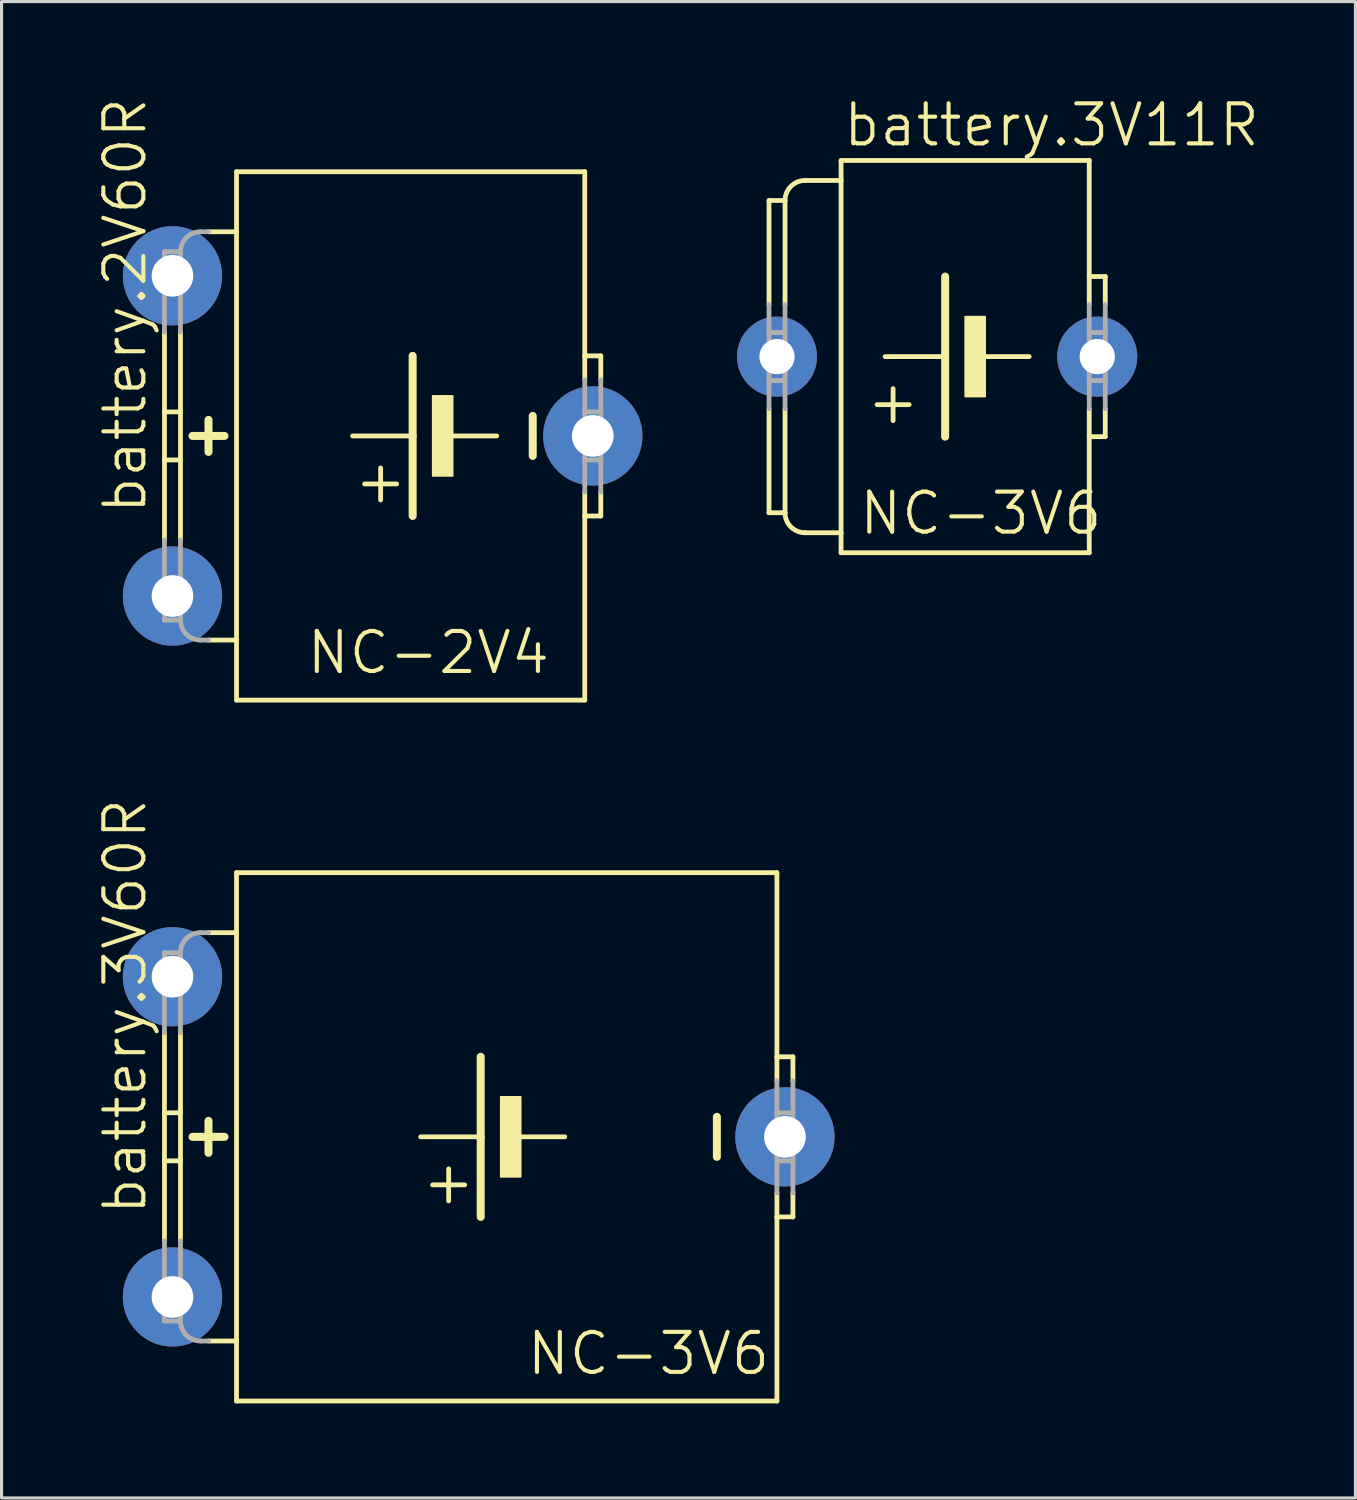
<source format=kicad_pcb>
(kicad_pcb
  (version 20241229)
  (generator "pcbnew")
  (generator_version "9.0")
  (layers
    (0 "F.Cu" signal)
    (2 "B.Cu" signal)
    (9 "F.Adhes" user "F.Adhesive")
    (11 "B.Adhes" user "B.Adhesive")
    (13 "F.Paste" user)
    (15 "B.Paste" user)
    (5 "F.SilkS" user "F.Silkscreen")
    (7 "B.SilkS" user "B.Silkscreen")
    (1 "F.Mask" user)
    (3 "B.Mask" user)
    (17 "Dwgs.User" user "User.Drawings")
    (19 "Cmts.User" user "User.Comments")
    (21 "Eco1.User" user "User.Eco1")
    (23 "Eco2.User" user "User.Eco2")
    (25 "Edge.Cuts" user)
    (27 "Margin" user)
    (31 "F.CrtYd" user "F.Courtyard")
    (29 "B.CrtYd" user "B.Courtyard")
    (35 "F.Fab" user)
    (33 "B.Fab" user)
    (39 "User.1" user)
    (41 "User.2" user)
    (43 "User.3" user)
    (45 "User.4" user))
  (footprint "battery.3V11R"
    (layer "F.Cu")
    (at 26.682 8.264)
    (property "Reference" "battery.3V11R" (at -3.048 -6.604 0) (layer "F.SilkS") (effects (font (size 1.27 1.27) (thickness 0.13)) (justify left bottom)))
    (attr through_hole)
    (fp_line (start -5.334 -1.651) (end -5.334 -4.953) (stroke (width 0.152) (type default)) (layer "F.SilkS"))
    (fp_line (start -5.334 4.953) (end -5.334 1.651) (stroke (width 0.152) (type default)) (layer "F.SilkS"))
    (fp_line (start -4.826 -4.953) (end -5.334 -4.953) (stroke (width 0.152) (type default)) (layer "F.SilkS"))
    (fp_line (start -4.826 -1.651) (end -4.826 -4.953) (stroke (width 0.152) (type default)) (layer "F.SilkS"))
    (fp_line (start -4.826 4.953) (end -5.334 4.953) (stroke (width 0.152) (type default)) (layer "F.SilkS"))
    (fp_line (start -4.826 4.953) (end -4.826 1.651) (stroke (width 0.152) (type default)) (layer "F.SilkS"))
    (fp_line (start -4.191 5.588) (end -3.048 5.588) (stroke (width 0.152) (type default)) (layer "F.SilkS"))
    (fp_line (start -3.048 -6.223) (end -3.048 -5.588) (stroke (width 0.152) (type default)) (layer "F.SilkS"))
    (fp_line (start -3.048 -6.223) (end 4.826 -6.223) (stroke (width 0.152) (type default)) (layer "F.SilkS"))
    (fp_line (start -3.048 -5.588) (end -4.191 -5.588) (stroke (width 0.152) (type default)) (layer "F.SilkS"))
    (fp_line (start -3.048 -5.588) (end -3.048 5.588) (stroke (width 0.152) (type default)) (layer "F.SilkS"))
    (fp_line (start -3.048 5.588) (end -3.048 6.223) (stroke (width 0.152) (type default)) (layer "F.SilkS"))
    (fp_line (start -3.048 6.223) (end 4.826 6.223) (stroke (width 0.152) (type default)) (layer "F.SilkS"))
    (fp_line (start -1.397 2.032) (end -1.397 1.016) (stroke (width 0.152) (type default)) (layer "F.SilkS"))
    (fp_line (start -0.889 1.524) (end -1.905 1.524) (stroke (width 0.152) (type default)) (layer "F.SilkS"))
    (fp_line (start 0.254 0) (end -1.651 0) (stroke (width 0.152) (type default)) (layer "F.SilkS"))
    (fp_line (start 0.254 0) (end 0.254 -2.54) (stroke (width 0.254) (type default)) (layer "F.SilkS"))
    (fp_line (start 0.254 2.54) (end 0.254 0) (stroke (width 0.254) (type default)) (layer "F.SilkS"))
    (fp_line (start 2.921 0) (end 1.524 0) (stroke (width 0.152) (type default)) (layer "F.SilkS"))
    (fp_line (start 4.826 -2.54) (end 4.826 -6.223) (stroke (width 0.152) (type default)) (layer "F.SilkS"))
    (fp_line (start 4.826 -1.651) (end 4.826 -2.54) (stroke (width 0.152) (type default)) (layer "F.SilkS"))
    (fp_line (start 4.826 2.54) (end 4.826 1.651) (stroke (width 0.152) (type default)) (layer "F.SilkS"))
    (fp_line (start 4.826 6.223) (end 4.826 2.54) (stroke (width 0.152) (type default)) (layer "F.SilkS"))
    (fp_line (start 5.334 -2.54) (end 4.826 -2.54) (stroke (width 0.152) (type default)) (layer "F.SilkS"))
    (fp_line (start 5.334 -1.651) (end 5.334 -2.54) (stroke (width 0.152) (type default)) (layer "F.SilkS"))
    (fp_line (start 5.334 1.651) (end 5.334 2.54) (stroke (width 0.152) (type default)) (layer "F.SilkS"))
    (fp_line (start 5.334 2.54) (end 4.826 2.54) (stroke (width 0.152) (type default)) (layer "F.SilkS"))
    (fp_rect (start 0.889 1.27) (end 1.524 -1.27) (stroke (width 0.05) (type default)) (fill yes) (layer "F.SilkS"))
    (fp_arc (start -4.826 -4.953) (mid -4.640013 -5.402013) (end -4.191 -5.588) (stroke (width 0.1524) (type default)) (layer "F.SilkS"))
    (fp_arc (start -4.191 5.588) (mid -4.640013 5.402013) (end -4.826 4.953) (stroke (width 0.1524) (type default)) (layer "F.SilkS"))
    (fp_line (start -5.334 -0.762) (end -5.334 -1.651) (stroke (width 0.152) (type default)) (layer "F.Fab"))
    (fp_line (start -5.334 0.762) (end -5.334 -0.762) (stroke (width 0.152) (type default)) (layer "F.Fab"))
    (fp_line (start -5.334 1.651) (end -5.334 0.762) (stroke (width 0.152) (type default)) (layer "F.Fab"))
    (fp_line (start -4.826 -0.762) (end -5.334 -0.762) (stroke (width 0.152) (type default)) (layer "F.Fab"))
    (fp_line (start -4.826 -0.762) (end -4.826 -1.651) (stroke (width 0.152) (type default)) (layer "F.Fab"))
    (fp_line (start -4.826 0.762) (end -5.334 0.762) (stroke (width 0.152) (type default)) (layer "F.Fab"))
    (fp_line (start -4.826 0.762) (end -4.826 -0.762) (stroke (width 0.152) (type default)) (layer "F.Fab"))
    (fp_line (start -4.826 1.651) (end -4.826 0.762) (stroke (width 0.152) (type default)) (layer "F.Fab"))
    (fp_line (start 4.826 -0.762) (end 4.826 -1.651) (stroke (width 0.152) (type default)) (layer "F.Fab"))
    (fp_line (start 4.826 0.762) (end 4.826 -0.762) (stroke (width 0.152) (type default)) (layer "F.Fab"))
    (fp_line (start 4.826 1.651) (end 4.826 0.762) (stroke (width 0.152) (type default)) (layer "F.Fab"))
    (fp_line (start 5.334 -0.762) (end 4.826 -0.762) (stroke (width 0.152) (type default)) (layer "F.Fab"))
    (fp_line (start 5.334 -0.762) (end 5.334 -1.651) (stroke (width 0.152) (type default)) (layer "F.Fab"))
    (fp_line (start 5.334 0.762) (end 4.826 0.762) (stroke (width 0.152) (type default)) (layer "F.Fab"))
    (fp_line (start 5.334 0.762) (end 5.334 -0.762) (stroke (width 0.152) (type default)) (layer "F.Fab"))
    (fp_line (start 5.334 1.651) (end 5.334 0.762) (stroke (width 0.152) (type default)) (layer "F.Fab"))
    (fp_text user "NC-3V6" (at -2.54 5.715 0) (layer "F.SilkS") (effects (font (size 1.27 1.27) (thickness 0.13)) (justify left bottom)))
    (pad "+" thru_hole circle (at -5.08 0) (size 2.54 2.54) (drill 1.118) (layers "*.Cu" "*.Mask"))
    (pad "-" thru_hole circle (at 5.08 0) (size 2.54 2.54) (drill 1.118) (layers "*.Cu" "*.Mask")))
  (footprint "battery.2V60R"
    (layer "F.Cu")
    (at 10.042 10.78)
    (property "Reference" "battery.2V60R" (at -8.382 2.54 90) (layer "F.SilkS") (effects (font (size 1.27 1.27) (thickness 0.13)) (justify left bottom)))
    (attr through_hole)
    (fp_line (start -7.874 -0.762) (end -7.874 -3.302) (stroke (width 0.152) (type default)) (layer "F.SilkS"))
    (fp_line (start -7.874 0.762) (end -7.874 -0.762) (stroke (width 0.152) (type default)) (layer "F.SilkS"))
    (fp_line (start -7.874 3.302) (end -7.874 0.762) (stroke (width 0.152) (type default)) (layer "F.SilkS"))
    (fp_line (start -7.366 -0.762) (end -7.874 -0.762) (stroke (width 0.152) (type default)) (layer "F.SilkS"))
    (fp_line (start -7.366 -0.762) (end -7.366 -3.302) (stroke (width 0.152) (type default)) (layer "F.SilkS"))
    (fp_line (start -7.366 0.762) (end -7.874 0.762) (stroke (width 0.152) (type default)) (layer "F.SilkS"))
    (fp_line (start -7.366 0.762) (end -7.366 -0.762) (stroke (width 0.152) (type default)) (layer "F.SilkS"))
    (fp_line (start -7.366 3.302) (end -7.366 0.762) (stroke (width 0.152) (type default)) (layer "F.SilkS"))
    (fp_line (start -6.985 0) (end -5.969 0) (stroke (width 0.254) (type default)) (layer "F.SilkS"))
    (fp_line (start -6.477 -0.508) (end -6.477 0.508) (stroke (width 0.254) (type default)) (layer "F.SilkS"))
    (fp_line (start -6.477 6.477) (end -5.588 6.477) (stroke (width 0.152) (type default)) (layer "F.SilkS"))
    (fp_line (start -5.588 -8.382) (end 5.461 -8.382) (stroke (width 0.152) (type default)) (layer "F.SilkS"))
    (fp_line (start -5.588 -6.477) (end -6.477 -6.477) (stroke (width 0.152) (type default)) (layer "F.SilkS"))
    (fp_line (start -5.588 -6.477) (end -5.588 -8.382) (stroke (width 0.152) (type default)) (layer "F.SilkS"))
    (fp_line (start -5.588 -6.477) (end -5.588 6.477) (stroke (width 0.152) (type default)) (layer "F.SilkS"))
    (fp_line (start -5.588 6.477) (end -5.588 8.382) (stroke (width 0.152) (type default)) (layer "F.SilkS"))
    (fp_line (start -5.588 8.382) (end 5.461 8.382) (stroke (width 0.152) (type default)) (layer "F.SilkS"))
    (fp_line (start -1.016 2.032) (end -1.016 1.016) (stroke (width 0.152) (type default)) (layer "F.SilkS"))
    (fp_line (start -0.508 1.524) (end -1.524 1.524) (stroke (width 0.152) (type default)) (layer "F.SilkS"))
    (fp_line (start 0 0) (end -1.905 0) (stroke (width 0.152) (type default)) (layer "F.SilkS"))
    (fp_line (start 0 0) (end 0 -2.54) (stroke (width 0.254) (type default)) (layer "F.SilkS"))
    (fp_line (start 0 2.54) (end 0 0) (stroke (width 0.254) (type default)) (layer "F.SilkS"))
    (fp_line (start 2.667 0) (end 1.27 0) (stroke (width 0.152) (type default)) (layer "F.SilkS"))
    (fp_line (start 3.81 -0.635) (end 3.81 0.635) (stroke (width 0.254) (type default)) (layer "F.SilkS"))
    (fp_line (start 5.461 -2.54) (end 5.461 -8.382) (stroke (width 0.152) (type default)) (layer "F.SilkS"))
    (fp_line (start 5.461 -1.778) (end 5.461 -2.54) (stroke (width 0.152) (type default)) (layer "F.SilkS"))
    (fp_line (start 5.461 2.54) (end 5.461 1.778) (stroke (width 0.152) (type default)) (layer "F.SilkS"))
    (fp_line (start 5.461 8.382) (end 5.461 2.54) (stroke (width 0.152) (type default)) (layer "F.SilkS"))
    (fp_line (start 5.969 -2.54) (end 5.461 -2.54) (stroke (width 0.152) (type default)) (layer "F.SilkS"))
    (fp_line (start 5.969 -1.778) (end 5.969 -2.54) (stroke (width 0.152) (type default)) (layer "F.SilkS"))
    (fp_line (start 5.969 1.778) (end 5.969 2.54) (stroke (width 0.152) (type default)) (layer "F.SilkS"))
    (fp_line (start 5.969 2.54) (end 5.461 2.54) (stroke (width 0.152) (type default)) (layer "F.SilkS"))
    (fp_rect (start 0.635 1.27) (end 1.27 -1.27) (stroke (width 0.05) (type default)) (fill yes) (layer "F.SilkS"))
    (fp_line (start -7.874 -3.302) (end -7.874 -5.842) (stroke (width 0.152) (type default)) (layer "F.Fab"))
    (fp_line (start -7.874 5.842) (end -7.874 3.302) (stroke (width 0.152) (type default)) (layer "F.Fab"))
    (fp_line (start -7.366 -5.842) (end -7.874 -5.842) (stroke (width 0.152) (type default)) (layer "F.Fab"))
    (fp_line (start -7.366 -3.302) (end -7.366 -5.842) (stroke (width 0.152) (type default)) (layer "F.Fab"))
    (fp_line (start -7.366 5.842) (end -7.874 5.842) (stroke (width 0.152) (type default)) (layer "F.Fab"))
    (fp_line (start -7.366 5.842) (end -7.366 3.302) (stroke (width 0.152) (type default)) (layer "F.Fab"))
    (fp_line (start -6.731 -6.477) (end -6.477 -6.477) (stroke (width 0.152) (type default)) (layer "F.Fab"))
    (fp_line (start -6.731 6.477) (end -6.477 6.477) (stroke (width 0.152) (type default)) (layer "F.Fab"))
    (fp_line (start 5.461 -0.762) (end 5.461 -1.778) (stroke (width 0.152) (type default)) (layer "F.Fab"))
    (fp_line (start 5.461 0.762) (end 5.461 -0.762) (stroke (width 0.152) (type default)) (layer "F.Fab"))
    (fp_line (start 5.461 1.778) (end 5.461 0.762) (stroke (width 0.152) (type default)) (layer "F.Fab"))
    (fp_line (start 5.969 -0.762) (end 5.461 -0.762) (stroke (width 0.152) (type default)) (layer "F.Fab"))
    (fp_line (start 5.969 -0.762) (end 5.969 -1.778) (stroke (width 0.152) (type default)) (layer "F.Fab"))
    (fp_line (start 5.969 0.762) (end 5.461 0.762) (stroke (width 0.152) (type default)) (layer "F.Fab"))
    (fp_line (start 5.969 0.762) (end 5.969 -0.762) (stroke (width 0.152) (type default)) (layer "F.Fab"))
    (fp_line (start 5.969 1.778) (end 5.969 0.762) (stroke (width 0.152) (type default)) (layer "F.Fab"))
    (fp_arc (start -7.366 -5.842) (mid -7.180013 -6.291013) (end -6.731 -6.477) (stroke (width 0.1524) (type default)) (layer "F.Fab"))
    (fp_arc (start -6.731 6.477) (mid -7.180013 6.291013) (end -7.366 5.842) (stroke (width 0.1524) (type default)) (layer "F.Fab"))
    (fp_text user "NC-2V4" (at -3.429 7.62 0) (layer "F.SilkS") (effects (font (size 1.27 1.27) (thickness 0.13)) (justify left bottom)))
    (pad "+" thru_hole circle (at -7.62 5.08) (size 3.15 3.15) (drill 1.321) (layers "*.Cu" "*.Mask"))
    (pad "+@1" thru_hole circle (at -7.62 -5.08) (size 3.15 3.15) (drill 1.321) (layers "*.Cu" "*.Mask"))
    (pad "-" thru_hole circle (at 5.715 0) (size 3.15 3.15) (drill 1.321) (layers "*.Cu" "*.Mask")))
  (footprint "battery.3V60R"
    (layer "F.Cu")
    (at 12.582 33.018)
    (property "Reference" "battery.3V60R" (at -10.922 2.54 90) (layer "F.SilkS") (effects (font (size 1.27 1.27) (thickness 0.13)) (justify left bottom)))
    (attr through_hole)
    (fp_line (start -10.414 -0.762) (end -10.414 -3.302) (stroke (width 0.152) (type default)) (layer "F.SilkS"))
    (fp_line (start -10.414 0.762) (end -10.414 -0.762) (stroke (width 0.152) (type default)) (layer "F.SilkS"))
    (fp_line (start -10.414 3.302) (end -10.414 0.762) (stroke (width 0.152) (type default)) (layer "F.SilkS"))
    (fp_line (start -9.906 -0.762) (end -10.414 -0.762) (stroke (width 0.152) (type default)) (layer "F.SilkS"))
    (fp_line (start -9.906 -0.762) (end -9.906 -3.302) (stroke (width 0.152) (type default)) (layer "F.SilkS"))
    (fp_line (start -9.906 0.762) (end -10.414 0.762) (stroke (width 0.152) (type default)) (layer "F.SilkS"))
    (fp_line (start -9.906 0.762) (end -9.906 -0.762) (stroke (width 0.152) (type default)) (layer "F.SilkS"))
    (fp_line (start -9.906 3.302) (end -9.906 0.762) (stroke (width 0.152) (type default)) (layer "F.SilkS"))
    (fp_line (start -9.525 0) (end -8.509 0) (stroke (width 0.254) (type default)) (layer "F.SilkS"))
    (fp_line (start -9.017 -0.508) (end -9.017 0.508) (stroke (width 0.254) (type default)) (layer "F.SilkS"))
    (fp_line (start -9.017 6.477) (end -8.128 6.477) (stroke (width 0.152) (type default)) (layer "F.SilkS"))
    (fp_line (start -8.128 -8.382) (end 9.017 -8.382) (stroke (width 0.152) (type default)) (layer "F.SilkS"))
    (fp_line (start -8.128 -6.477) (end -9.017 -6.477) (stroke (width 0.152) (type default)) (layer "F.SilkS"))
    (fp_line (start -8.128 -6.477) (end -8.128 -8.382) (stroke (width 0.152) (type default)) (layer "F.SilkS"))
    (fp_line (start -8.128 -6.477) (end -8.128 6.477) (stroke (width 0.152) (type default)) (layer "F.SilkS"))
    (fp_line (start -8.128 6.477) (end -8.128 8.382) (stroke (width 0.152) (type default)) (layer "F.SilkS"))
    (fp_line (start -8.128 8.382) (end 9.017 8.382) (stroke (width 0.152) (type default)) (layer "F.SilkS"))
    (fp_line (start -1.397 2.032) (end -1.397 1.016) (stroke (width 0.152) (type default)) (layer "F.SilkS"))
    (fp_line (start -0.889 1.524) (end -1.905 1.524) (stroke (width 0.152) (type default)) (layer "F.SilkS"))
    (fp_line (start -0.381 0) (end -2.286 0) (stroke (width 0.152) (type default)) (layer "F.SilkS"))
    (fp_line (start -0.381 0) (end -0.381 -2.54) (stroke (width 0.254) (type default)) (layer "F.SilkS"))
    (fp_line (start -0.381 2.54) (end -0.381 0) (stroke (width 0.254) (type default)) (layer "F.SilkS"))
    (fp_line (start 2.286 0) (end 0.889 0) (stroke (width 0.152) (type default)) (layer "F.SilkS"))
    (fp_line (start 7.112 -0.635) (end 7.112 0.635) (stroke (width 0.254) (type default)) (layer "F.SilkS"))
    (fp_line (start 9.017 -2.54) (end 9.017 -8.382) (stroke (width 0.152) (type default)) (layer "F.SilkS"))
    (fp_line (start 9.017 -1.778) (end 9.017 -2.54) (stroke (width 0.152) (type default)) (layer "F.SilkS"))
    (fp_line (start 9.017 2.54) (end 9.017 1.778) (stroke (width 0.152) (type default)) (layer "F.SilkS"))
    (fp_line (start 9.017 8.382) (end 9.017 2.54) (stroke (width 0.152) (type default)) (layer "F.SilkS"))
    (fp_line (start 9.525 -2.54) (end 9.017 -2.54) (stroke (width 0.152) (type default)) (layer "F.SilkS"))
    (fp_line (start 9.525 -1.778) (end 9.525 -2.54) (stroke (width 0.152) (type default)) (layer "F.SilkS"))
    (fp_line (start 9.525 1.778) (end 9.525 2.54) (stroke (width 0.152) (type default)) (layer "F.SilkS"))
    (fp_line (start 9.525 2.54) (end 9.017 2.54) (stroke (width 0.152) (type default)) (layer "F.SilkS"))
    (fp_rect (start 0.254 1.27) (end 0.889 -1.27) (stroke (width 0.05) (type default)) (fill yes) (layer "F.SilkS"))
    (fp_line (start -10.414 -3.302) (end -10.414 -5.842) (stroke (width 0.152) (type default)) (layer "F.Fab"))
    (fp_line (start -10.414 5.842) (end -10.414 3.302) (stroke (width 0.152) (type default)) (layer "F.Fab"))
    (fp_line (start -9.906 -5.842) (end -10.414 -5.842) (stroke (width 0.152) (type default)) (layer "F.Fab"))
    (fp_line (start -9.906 -3.302) (end -9.906 -5.842) (stroke (width 0.152) (type default)) (layer "F.Fab"))
    (fp_line (start -9.906 5.842) (end -10.414 5.842) (stroke (width 0.152) (type default)) (layer "F.Fab"))
    (fp_line (start -9.906 5.842) (end -9.906 3.302) (stroke (width 0.152) (type default)) (layer "F.Fab"))
    (fp_line (start -9.271 -6.477) (end -9.017 -6.477) (stroke (width 0.152) (type default)) (layer "F.Fab"))
    (fp_line (start -9.271 6.477) (end -9.017 6.477) (stroke (width 0.152) (type default)) (layer "F.Fab"))
    (fp_line (start 9.017 -0.762) (end 9.017 -1.778) (stroke (width 0.152) (type default)) (layer "F.Fab"))
    (fp_line (start 9.017 0.762) (end 9.017 -0.762) (stroke (width 0.152) (type default)) (layer "F.Fab"))
    (fp_line (start 9.017 1.778) (end 9.017 0.762) (stroke (width 0.152) (type default)) (layer "F.Fab"))
    (fp_line (start 9.525 -0.762) (end 9.017 -0.762) (stroke (width 0.152) (type default)) (layer "F.Fab"))
    (fp_line (start 9.525 -0.762) (end 9.525 -1.778) (stroke (width 0.152) (type default)) (layer "F.Fab"))
    (fp_line (start 9.525 0.762) (end 9.017 0.762) (stroke (width 0.152) (type default)) (layer "F.Fab"))
    (fp_line (start 9.525 0.762) (end 9.525 -0.762) (stroke (width 0.152) (type default)) (layer "F.Fab"))
    (fp_line (start 9.525 1.778) (end 9.525 0.762) (stroke (width 0.152) (type default)) (layer "F.Fab"))
    (fp_arc (start -9.906 -5.842) (mid -9.720013 -6.291013) (end -9.271 -6.477) (stroke (width 0.1524) (type default)) (layer "F.Fab"))
    (fp_arc (start -9.271 6.477) (mid -9.720013 6.291013) (end -9.906 5.842) (stroke (width 0.1524) (type default)) (layer "F.Fab"))
    (fp_text user "NC-3V6" (at 1.016 7.62 0) (layer "F.SilkS") (effects (font (size 1.27 1.27) (thickness 0.13)) (justify left bottom)))
    (pad "+" thru_hole circle (at -10.16 5.08) (size 3.15 3.15) (drill 1.321) (layers "*.Cu" "*.Mask"))
    (pad "+@1" thru_hole circle (at -10.16 -5.08) (size 3.15 3.15) (drill 1.321) (layers "*.Cu" "*.Mask"))
    (pad "-" thru_hole circle (at 9.271 0) (size 3.15 3.15) (drill 1.321) (layers "*.Cu" "*.Mask")))
  (gr_rect
    (start -3 -3)
    (end 39.954 44.476)
    (stroke (width 0.1) (type default))
    (fill no)
    (layer "Edge.Cuts")))
</source>
